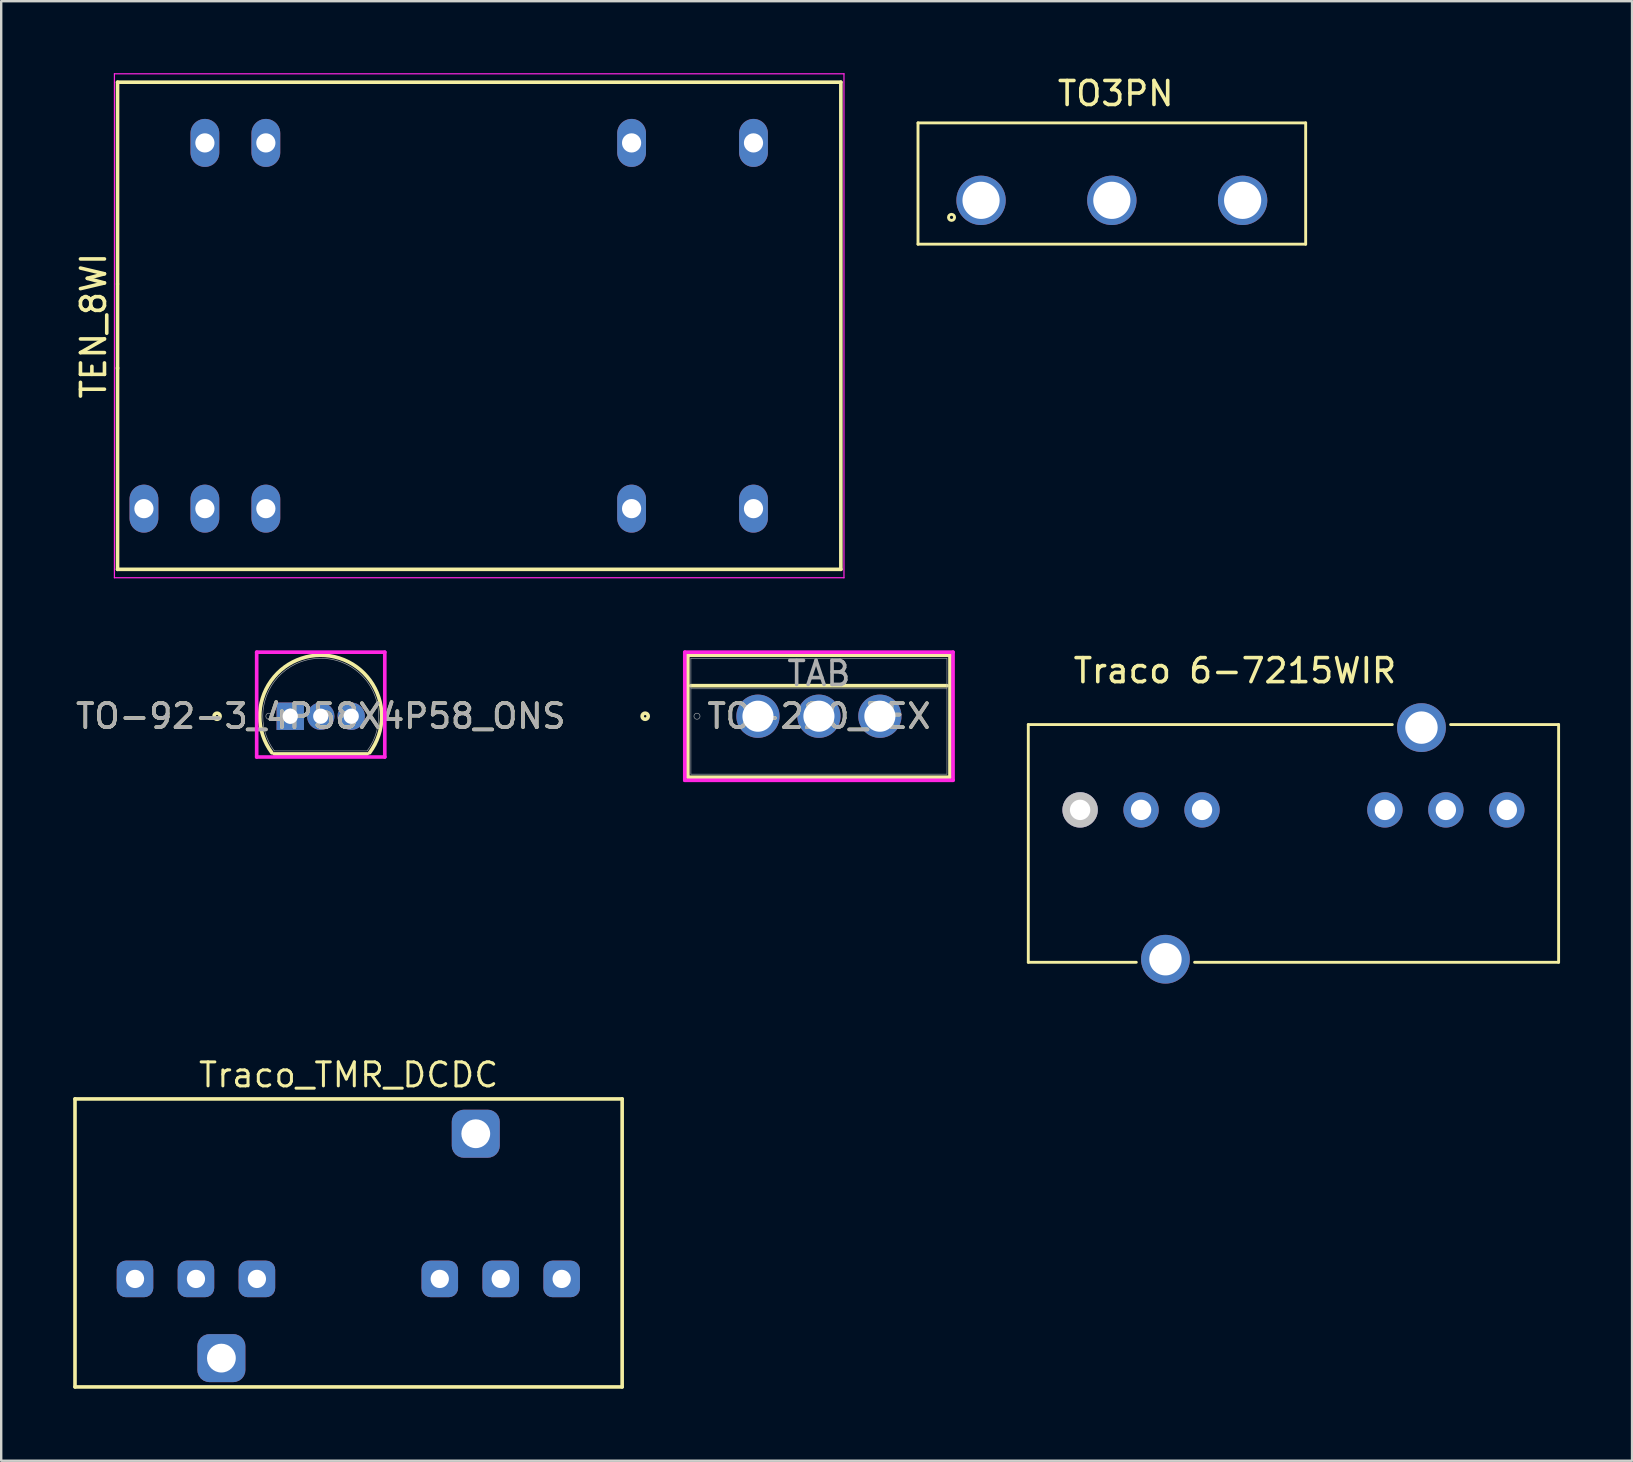
<source format=kicad_pcb>
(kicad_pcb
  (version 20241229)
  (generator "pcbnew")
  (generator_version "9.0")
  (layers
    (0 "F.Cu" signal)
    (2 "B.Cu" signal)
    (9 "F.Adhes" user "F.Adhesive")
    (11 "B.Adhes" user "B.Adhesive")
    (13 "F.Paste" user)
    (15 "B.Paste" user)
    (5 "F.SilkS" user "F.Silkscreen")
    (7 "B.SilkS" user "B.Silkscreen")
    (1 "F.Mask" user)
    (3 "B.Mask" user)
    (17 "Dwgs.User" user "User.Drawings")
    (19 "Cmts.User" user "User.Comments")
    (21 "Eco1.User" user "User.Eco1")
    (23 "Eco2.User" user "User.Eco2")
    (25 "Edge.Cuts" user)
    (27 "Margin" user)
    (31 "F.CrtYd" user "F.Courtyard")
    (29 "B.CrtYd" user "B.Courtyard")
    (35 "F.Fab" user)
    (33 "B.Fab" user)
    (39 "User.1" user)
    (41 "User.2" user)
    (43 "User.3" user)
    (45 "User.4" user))
  (footprint "Traco 6-7215WIR"
    (layer "F.Cu")
    (at 41.958 30.698)
    (property "Reference" "Traco 6-7215WIR" (at 6.45 -5.8 0) (layer "F.SilkS") (effects (font (size 1 1) (thickness 0.15))))
    (attr through_hole)
    (fp_line (start -2.159 -3.556) (end -2.159 6.35) (stroke (width 0.12) (type solid)) (layer "F.SilkS"))
    (fp_line (start -2.159 6.35) (end 2.341 6.35) (stroke (width 0.12) (type solid)) (layer "F.SilkS"))
    (fp_line (start 4.771 6.35) (end 19.939 6.35) (stroke (width 0.12) (type solid)) (layer "F.SilkS"))
    (fp_line (start 13.009 -3.556) (end -2.159 -3.556) (stroke (width 0.12) (type solid)) (layer "F.SilkS"))
    (fp_line (start 19.939 -3.556) (end 15.439 -3.556) (stroke (width 0.12) (type solid)) (layer "F.SilkS"))
    (fp_line (start 19.939 6.35) (end 19.939 -3.556) (stroke (width 0.12) (type solid)) (layer "F.SilkS"))
    (pad "1" thru_hole circle (at 0 0) (size 1.473 1.473) (drill 0.85) (layers "*.Cu" "*.Mask" "Dwgs.User"))
    (pad "2" thru_hole circle (at 2.54 0) (size 1.473 1.473) (drill 0.85) (layers "*.Cu" "*.Mask"))
    (pad "3" thru_hole circle (at 5.08 0) (size 1.473 1.473) (drill 0.85) (layers "*.Cu" "*.Mask"))
    (pad "6" thru_hole circle (at 12.7 0) (size 1.473 1.473) (drill 0.85) (layers "*.Cu" "*.Mask"))
    (pad "7" thru_hole circle (at 15.24 0) (size 1.473 1.473) (drill 0.85) (layers "*.Cu" "*.Mask"))
    (pad "8" thru_hole circle (at 17.78 0) (size 1.473 1.473) (drill 0.85) (layers "*.Cu" "*.Mask"))
    (pad "9" thru_hole circle (at 3.556 6.223) (size 2.032 2.032) (drill 1.35) (layers "*.Cu" "*.Mask"))
    (pad "10" thru_hole circle (at 14.224 -3.429) (size 2.032 2.032) (drill 1.35) (layers "*.Cu" "*.Mask")))
  (footprint "TO3PN"
    (layer "F.Cu")
    (at 37.83 5.298)
    (property "Reference" "TO3PN" (at 5.61 -4.45 0) (layer "F.SilkS") (effects (font (size 1 1) (thickness 0.15))))
    (attr through_hole)
    (fp_line (start -2.627 -3.227) (end -2.627 1.827) (stroke (width 0.12) (type solid)) (layer "F.SilkS"))
    (fp_line (start -2.627 1.827) (end 13.527 1.827) (stroke (width 0.12) (type solid)) (layer "F.SilkS"))
    (fp_line (start 13.527 -3.227) (end -2.627 -3.227) (stroke (width 0.12) (type solid)) (layer "F.SilkS"))
    (fp_line (start 13.527 1.827) (end 13.527 -3.227) (stroke (width 0.12) (type solid)) (layer "F.SilkS"))
    (fp_circle (center -1.23 0.71) (end -1.103 0.71) (stroke (width 0.12) (type solid)) (fill no) (layer "F.SilkS"))
    (fp_text user "*" (at 0 0 0) (layer "F.Fab") (effects (font (size 1 1) (thickness 0.15))))
    (pad "1" thru_hole circle (at 0 0) (size 2.057 2.057) (drill 1.549) (layers "*.Cu" "*.Mask"))
    (pad "2" thru_hole circle (at 5.45 0) (size 2.057 2.057) (drill 1.549) (layers "*.Cu" "*.Mask"))
    (pad "3" thru_hole circle (at 10.9 0) (size 2.057 2.057) (drill 1.549) (layers "*.Cu" "*.Mask")))
  (footprint "Traco_TMR_DCDC"
    (layer "F.Cu")
    (at 11.475 48.742)
    (property "Reference" "Traco_TMR_DCDC" (at 0 -7 0) (layer "F.SilkS") (effects (font (size 1 1) (thickness 0.000001))))
    (attr through_hole)
    (fp_line (start -11.4 -6) (end -11.4 6) (stroke (width 0.15) (type solid)) (layer "F.SilkS"))
    (fp_line (start -11.4 -6) (end 11.4 -6) (stroke (width 0.15) (type solid)) (layer "F.SilkS"))
    (fp_line (start -11.4 6) (end 11.4 6) (stroke (width 0.15) (type solid)) (layer "F.SilkS"))
    (fp_line (start 11.4 6) (end 11.4 -6) (stroke (width 0.15) (type solid)) (layer "F.SilkS"))
    (pad "1" thru_hole roundrect (at -8.9 1.5) (size 1.524 1.524) (drill 0.762) (layers "*.Cu" "*.Mask") (roundrect_rratio 0.25))
    (pad "2" thru_hole roundrect (at -6.36 1.5) (size 1.524 1.524) (drill 0.762) (layers "*.Cu" "*.Mask") (roundrect_rratio 0.25))
    (pad "3" thru_hole roundrect (at -3.82 1.5) (size 1.524 1.524) (drill 0.762) (layers "*.Cu" "*.Mask") (roundrect_rratio 0.25))
    (pad "6" thru_hole roundrect (at 3.8 1.5) (size 1.524 1.524) (drill 0.762) (layers "*.Cu" "*.Mask") (roundrect_rratio 0.25))
    (pad "7" thru_hole roundrect (at 6.34 1.5) (size 1.524 1.524) (drill 0.762) (layers "*.Cu" "*.Mask") (roundrect_rratio 0.25))
    (pad "8" thru_hole roundrect (at 8.88 1.5) (size 1.524 1.524) (drill 0.762) (layers "*.Cu" "*.Mask") (roundrect_rratio 0.25))
    (pad "9" thru_hole roundrect (at -5.3 4.8) (size 2 2) (drill 1.2) (layers "*.Cu" "*.Mask") (roundrect_rratio 0.25))
    (pad "10" thru_hole roundrect (at 5.3 -4.55) (size 2 2) (drill 1.2) (layers "*.Cu" "*.Mask") (roundrect_rratio 0.25)))
  (footprint "TO-220_TEX"
    (layer "F.Cu")
    (at 28.534 26.795)
    (property "Reference" "TO-220_TEX" (at 2.54 0 0) (unlocked yes) (layer "F.SilkS") (effects (font (size 1 1) (thickness 0.15))))
    (attr through_hole)
    (fp_line (start -2.922 -2.542) (end -2.922 2.542) (stroke (width 0.152) (type solid)) (layer "F.SilkS"))
    (fp_line (start -2.922 2.542) (end 8.002 2.542) (stroke (width 0.152) (type solid)) (layer "F.SilkS"))
    (fp_line (start -2.795 -1.272) (end 7.875 -1.272) (stroke (width 0.152) (type solid)) (layer "F.SilkS"))
    (fp_line (start 8.002 -2.542) (end -2.922 -2.542) (stroke (width 0.152) (type solid)) (layer "F.SilkS"))
    (fp_line (start 8.002 2.542) (end 8.002 -2.542) (stroke (width 0.152) (type solid)) (layer "F.SilkS"))
    (fp_circle (center -4.7 0) (end -4.573 0) (stroke (width 0.152) (type solid)) (fill no) (layer "F.SilkS"))
    (fp_line (start -3.049 -2.669) (end -3.049 2.669) (stroke (width 0.152) (type solid)) (layer "F.CrtYd"))
    (fp_line (start -3.049 2.669) (end 8.129 2.669) (stroke (width 0.152) (type solid)) (layer "F.CrtYd"))
    (fp_line (start 8.129 -2.669) (end -3.049 -2.669) (stroke (width 0.152) (type solid)) (layer "F.CrtYd"))
    (fp_line (start 8.129 2.669) (end 8.129 -2.669) (stroke (width 0.152) (type solid)) (layer "F.CrtYd"))
    (fp_line (start -2.795 -2.415) (end -2.795 2.415) (stroke (width 0.025) (type solid)) (layer "F.Fab"))
    (fp_line (start -2.795 2.415) (end 7.875 2.415) (stroke (width 0.025) (type solid)) (layer "F.Fab"))
    (fp_line (start -2.795 -1.145) (end 7.875 -1.145) (stroke (width 0.025) (type solid)) (layer "F.Fab"))
    (fp_line (start 7.875 -2.415) (end -2.795 -2.415) (stroke (width 0.025) (type solid)) (layer "F.Fab"))
    (fp_line (start 7.875 2.415) (end 7.875 -2.415) (stroke (width 0.025) (type solid)) (layer "F.Fab"))
    (fp_circle (center -2.541 0) (end -2.414 0) (stroke (width 0.025) (type solid)) (fill no) (layer "F.Fab"))
    (fp_text user "${REFERENCE}" (at 2.54 0 0) (unlocked yes) (layer "F.Fab") (effects (font (size 1 1) (thickness 0.15))))
    (fp_text user "TAB" (at 2.54 -1.78 0) (unlocked yes) (layer "F.Fab") (effects (font (size 1 1) (thickness 0.15))))
    (pad "1" thru_hole circle (at 0 0) (size 1.803 1.803) (drill 1.295) (layers "*.Cu" "*.Mask"))
    (pad "2" thru_hole circle (at 2.54 0) (size 1.803 1.803) (drill 1.295) (layers "*.Cu" "*.Mask"))
    (pad "3" thru_hole circle (at 5.08 0) (size 1.803 1.803) (drill 1.295) (layers "*.Cu" "*.Mask")))
  (footprint "TO-92-3_4P58X4P58_ONS"
    (layer "F.Cu")
    (at 9.045 26.795)
    (property "Reference" "TO-92-3_4P58X4P58_ONS" (at 1.27 0 0) (unlocked yes) (layer "F.SilkS") (effects (font (size 1 1) (thickness 0.15))))
    (attr through_hole)
    (fp_line (start -0.665 1.572) (end 3.205 1.572) (stroke (width 0.152) (type solid)) (layer "F.SilkS"))
    (fp_arc (start -0.766751 1.520992) (mid 0.468643 -2.412384) (end 3.812001 0) (stroke (width 0.1524) (type solid)) (layer "F.SilkS"))
    (fp_arc (start 3.812001 0) (mid 3.682385 0.801355) (end 3.306754 1.520989) (stroke (width 0.1524) (type solid)) (layer "F.SilkS"))
    (fp_circle (center -3.05 0) (end -2.923 0) (stroke (width 0.152) (type solid)) (fill no) (layer "F.SilkS"))
    (fp_line (start -1.399 -2.669) (end 3.939 -2.669) (stroke (width 0.152) (type solid)) (layer "F.CrtYd"))
    (fp_line (start -1.399 1.699) (end -1.399 -2.669) (stroke (width 0.152) (type solid)) (layer "F.CrtYd"))
    (fp_line (start 3.939 -2.669) (end 3.939 1.699) (stroke (width 0.152) (type solid)) (layer "F.CrtYd"))
    (fp_line (start 3.939 1.699) (end -1.399 1.699) (stroke (width 0.152) (type solid)) (layer "F.CrtYd"))
    (fp_line (start -0.665 1.445) (end 3.205 1.445) (stroke (width 0.025) (type solid)) (layer "F.Fab"))
    (fp_line (start -0.254 0) (end 0.254 0) (stroke (width 0.152) (type solid)) (layer "F.Fab"))
    (fp_line (start 0 0.254) (end 0 -0.254) (stroke (width 0.152) (type solid)) (layer "F.Fab"))
    (fp_arc (start -0.664994 1.445) (mid 1.27 -2.415) (end 3.204994 1.445) (stroke (width 0.0254) (type solid)) (layer "F.Fab"))
    (fp_circle (center -0.891 0) (end -0.764 0) (stroke (width 0.025) (type solid)) (fill no) (layer "F.Fab"))
    (fp_text user "${REFERENCE}" (at 1.27 0 0) (unlocked yes) (layer "F.Fab") (effects (font (size 1 1) (thickness 0.15))))
    (pad "1" thru_hole rect (at 0 0) (size 1.143 1.143) (drill 0.635) (layers "*.Cu" "*.Mask"))
    (pad "2" thru_hole circle (at 1.27 0) (size 1.143 1.143) (drill 0.635) (layers "*.Cu" "*.Mask"))
    (pad "3" thru_hole circle (at 2.54 0) (size 1.143 1.143) (drill 0.635) (layers "*.Cu" "*.Mask")))
  (footprint "TEN_8WI"
    (layer "F.Cu")
    (at 16.918 10.525)
    (property "Reference" "TEN_8WI" (at -16.07 0 90) (layer "F.SilkS") (effects (font (size 1 1) (thickness 0.15))))
    (attr through_hole)
    (fp_line (start -15.07 -10.15) (end -15.07 -1.753) (stroke (width 0.15) (type solid)) (layer "F.SilkS"))
    (fp_line (start -15.07 -1.727) (end -15.07 1.78) (stroke (width 0.15) (type solid)) (layer "F.SilkS"))
    (fp_line (start -15.07 1.753) (end -15.07 10.15) (stroke (width 0.15) (type solid)) (layer "F.SilkS"))
    (fp_line (start -15.07 10.15) (end 15.07 10.15) (stroke (width 0.15) (type solid)) (layer "F.SilkS"))
    (fp_line (start 15.07 -10.15) (end -15.07 -10.15) (stroke (width 0.15) (type solid)) (layer "F.SilkS"))
    (fp_line (start 15.07 10.15) (end 15.07 -10.15) (stroke (width 0.15) (type solid)) (layer "F.SilkS"))
    (fp_line (start -15.2 -10.5) (end 15.2 -10.5) (stroke (width 0.05) (type solid)) (layer "F.CrtYd"))
    (fp_line (start -15.2 10.5) (end -15.2 -10.5) (stroke (width 0.05) (type solid)) (layer "F.CrtYd"))
    (fp_line (start 15.2 -10.5) (end 15.2 10.5) (stroke (width 0.05) (type solid)) (layer "F.CrtYd"))
    (fp_line (start 15.2 10.5) (end -15.2 10.5) (stroke (width 0.05) (type solid)) (layer "F.CrtYd"))
    (pad "1" thru_hole oval (at -13.97 7.62) (size 1.2 2) (drill 0.8) (layers "*.Cu" "*.Mask"))
    (pad "2" thru_hole oval (at -11.43 7.62) (size 1.2 2) (drill 0.8) (layers "*.Cu" "*.Mask"))
    (pad "3" thru_hole oval (at -8.89 7.62) (size 1.2 2) (drill 0.8) (layers "*.Cu" "*.Mask"))
    (pad "9" thru_hole oval (at 6.35 7.62) (size 1.2 2) (drill 0.8) (layers "*.Cu" "*.Mask"))
    (pad "11" thru_hole oval (at 11.43 7.62) (size 1.2 2) (drill 0.8) (layers "*.Cu" "*.Mask"))
    (pad "14" thru_hole oval (at 11.43 -7.62) (size 1.2 2) (drill 0.8) (layers "*.Cu" "*.Mask"))
    (pad "16" thru_hole oval (at 6.35 -7.62) (size 1.2 2) (drill 0.8) (layers "*.Cu" "*.Mask"))
    (pad "22" thru_hole oval (at -8.89 -7.62) (size 1.2 2) (drill 0.8) (layers "*.Cu" "*.Mask"))
    (pad "23" thru_hole oval (at -11.43 -7.62) (size 1.2 2) (drill 0.8) (layers "*.Cu" "*.Mask")))
  (gr_rect
    (start -3 -3)
    (end 64.957 57.817)
    (stroke (width 0.1) (type default))
    (fill no)
    (layer "Edge.Cuts")))
</source>
